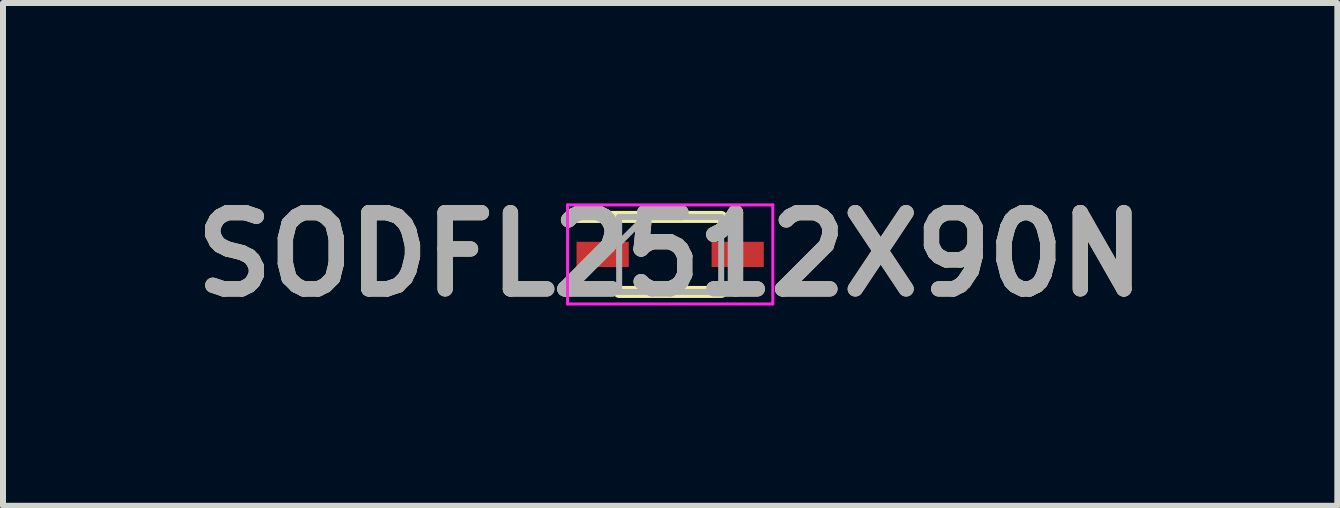
<source format=kicad_pcb>
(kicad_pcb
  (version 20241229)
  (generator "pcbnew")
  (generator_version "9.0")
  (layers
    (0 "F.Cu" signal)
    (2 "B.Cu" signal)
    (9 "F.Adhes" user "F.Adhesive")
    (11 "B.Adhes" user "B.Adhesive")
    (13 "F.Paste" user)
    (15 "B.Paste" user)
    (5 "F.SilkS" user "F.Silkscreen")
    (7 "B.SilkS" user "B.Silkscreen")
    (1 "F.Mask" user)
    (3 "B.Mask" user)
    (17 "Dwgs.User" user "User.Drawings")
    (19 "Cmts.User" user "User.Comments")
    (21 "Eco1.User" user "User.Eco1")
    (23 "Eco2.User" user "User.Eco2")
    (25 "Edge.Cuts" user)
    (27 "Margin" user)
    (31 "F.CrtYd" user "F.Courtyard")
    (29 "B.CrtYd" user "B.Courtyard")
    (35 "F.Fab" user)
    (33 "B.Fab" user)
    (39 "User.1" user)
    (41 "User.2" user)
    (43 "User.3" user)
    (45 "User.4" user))
  (footprint "SODFL2512X90N"
    (layer "F.Cu")
    (at 8.116 1.189)
    (property "Reference" "SODFL2512X90N" (at 0 0 0) (layer "F.SilkS") (effects (font (size 1.27 1.27) (thickness 0.254))))
    (attr smd)
    (fp_line (start -1.56 -0.625) (end 0.85 -0.625) (stroke (width 0.2) (type solid)) (layer "F.SilkS"))
    (fp_line (start -0.85 0.625) (end 0.85 0.625) (stroke (width 0.2) (type solid)) (layer "F.SilkS"))
    (fp_line (start -1.71 -0.825) (end 1.71 -0.825) (stroke (width 0.05) (type solid)) (layer "F.CrtYd"))
    (fp_line (start -1.71 0.825) (end -1.71 -0.825) (stroke (width 0.05) (type solid)) (layer "F.CrtYd"))
    (fp_line (start 1.71 -0.825) (end 1.71 0.825) (stroke (width 0.05) (type solid)) (layer "F.CrtYd"))
    (fp_line (start 1.71 0.825) (end -1.71 0.825) (stroke (width 0.05) (type solid)) (layer "F.CrtYd"))
    (fp_line (start -0.85 -0.625) (end 0.85 -0.625) (stroke (width 0.1) (type solid)) (layer "F.Fab"))
    (fp_line (start -0.85 -0.19) (end -0.415 -0.625) (stroke (width 0.1) (type solid)) (layer "F.Fab"))
    (fp_line (start -0.85 0.625) (end -0.85 -0.625) (stroke (width 0.1) (type solid)) (layer "F.Fab"))
    (fp_line (start 0.85 -0.625) (end 0.85 0.625) (stroke (width 0.1) (type solid)) (layer "F.Fab"))
    (fp_line (start 0.85 0.625) (end -0.85 0.625) (stroke (width 0.1) (type solid)) (layer "F.Fab"))
    (fp_text user "${REFERENCE}" (at 0 0 0) (layer "F.Fab") (effects (font (size 1.27 1.27) (thickness 0.254))))
    (pad "1" smd rect (at -1.125 0 90) (size 0.42 0.87) (layers "F.Cu" "F.Mask" "F.Paste"))
    (pad "2" smd rect (at 1.125 0 90) (size 0.42 0.87) (layers "F.Cu" "F.Mask" "F.Paste")))
  (gr_rect
    (start -3 -3)
    (end 19.232 5.377)
    (stroke (width 0.1) (type default))
    (fill no)
    (layer "Edge.Cuts")))
</source>
